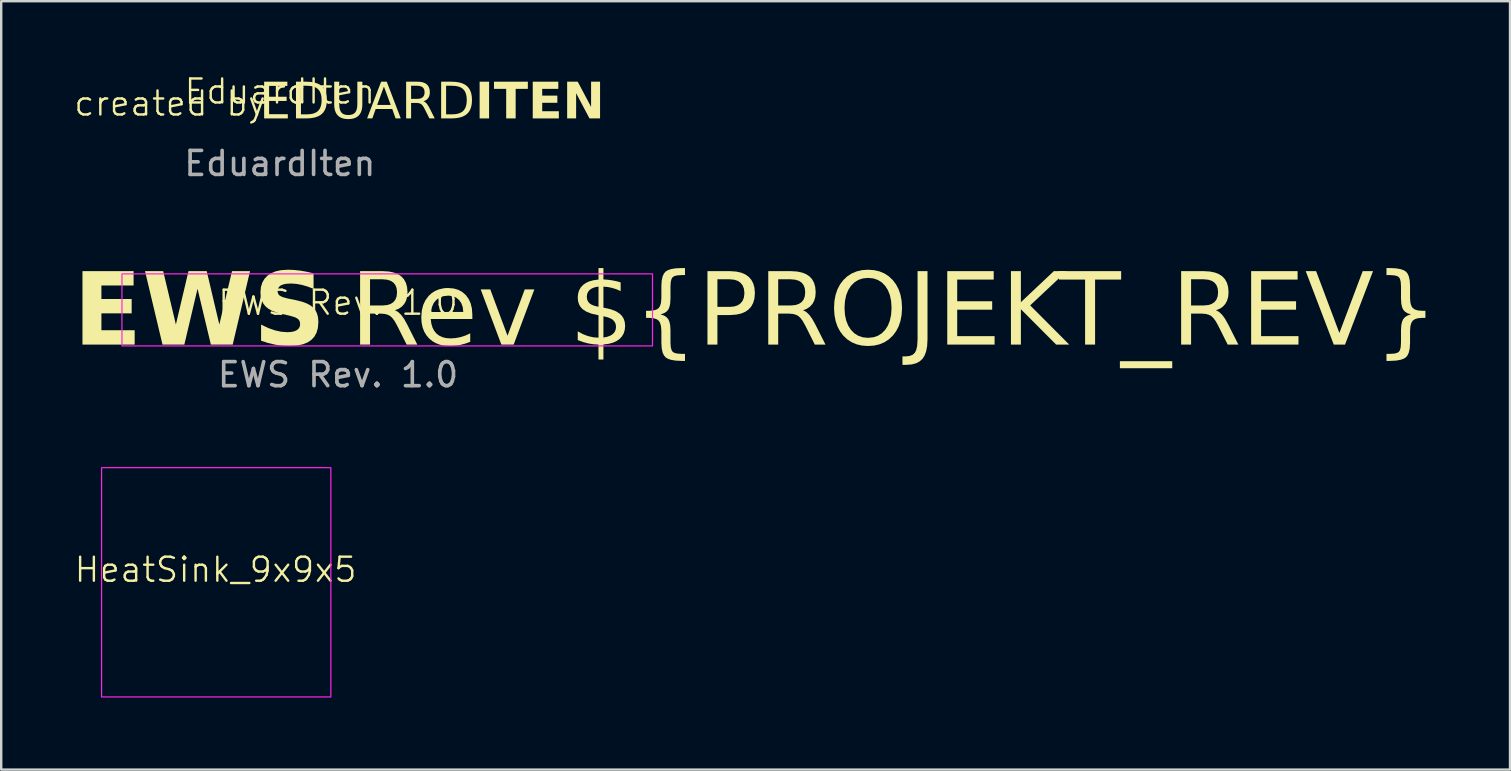
<source format=kicad_pcb>
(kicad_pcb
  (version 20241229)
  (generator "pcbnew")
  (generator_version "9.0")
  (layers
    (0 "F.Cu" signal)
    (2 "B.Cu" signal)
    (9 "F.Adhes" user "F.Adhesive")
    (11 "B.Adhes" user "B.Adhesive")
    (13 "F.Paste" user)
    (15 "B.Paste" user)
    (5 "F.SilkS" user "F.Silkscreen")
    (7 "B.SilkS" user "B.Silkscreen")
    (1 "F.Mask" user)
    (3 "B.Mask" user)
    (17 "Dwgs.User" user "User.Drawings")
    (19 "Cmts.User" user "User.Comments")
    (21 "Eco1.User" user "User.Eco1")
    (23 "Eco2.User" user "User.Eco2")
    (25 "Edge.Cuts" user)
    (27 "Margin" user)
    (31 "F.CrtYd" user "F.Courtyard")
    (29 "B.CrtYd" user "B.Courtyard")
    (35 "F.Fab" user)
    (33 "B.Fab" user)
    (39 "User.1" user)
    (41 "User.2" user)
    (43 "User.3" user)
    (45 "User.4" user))
  (footprint "HeatSink_9x9x5"
    (layer "F.Cu")
    (at 5.931 21.182)
    (property "Reference" "HeatSink_9x9x5" (at 0 -0.5 0) (unlocked yes) (layer "F.SilkS") (effects (font (size 1 1) (thickness 0.1))))
    (fp_rect (start -4.6 -4.6) (end 4.6 4.6) (stroke (width 0.1) (type solid)) (fill yes) (layer "F.Mask"))
    (fp_rect (start -4.75 -4.75) (end 4.8 4.8) (stroke (width 0.05) (type default)) (fill no) (layer "F.CrtYd")))
  (footprint "EWS Rev. 1.0"
    (layer "F.Cu")
    (at 11.03 10.059)
    (property "Reference" "EWS Rev. 1.0" (at 0 -0.5 0) (unlocked yes) (layer "F.SilkS") (effects (font (size 1 1) (thickness 0.1))))
    (fp_rect (start -9 -1.7) (end 13.1 1.3) (stroke (width 0.05) (type default)) (fill no) (layer "F.CrtYd"))
    (fp_text user "EWS" (at -0.508 0 0) (unlocked yes) (layer "F.SilkS") (effects (font (face "Exo 2 Semi Bold") (size 3 3) (thickness 0.1)) (justify right)))
    (fp_text user "Rev ${PROJEKT_REV}" (at 0.508 0 0) (unlocked yes) (layer "F.SilkS") (effects (font (face "Exo 2 Light") (size 3 3) (thickness 0.1)) (justify left)))
    (fp_text user "${REFERENCE}" (at 0 2.5 0) (unlocked yes) (layer "F.Fab") (effects (font (size 1 1) (thickness 0.15)))))
  (footprint "EduardIten"
    (layer "F.Cu")
    (at 8.608 1.26)
    (property "Reference" "EduardIten" (at 0 -0.5 0) (unlocked yes) (layer "F.SilkS") (effects (font (size 1 1) (thickness 0.1))))
    (fp_text user "ITEN" (at 8.128 0 0) (unlocked yes) (layer "F.SilkS") (effects (font (face "Exo 2 Semi Bold") (size 1.5 1.5) (thickness 0.1)) (justify left)))
    (fp_text user "created by" (at -0.508 0 0) (unlocked yes) (layer "F.SilkS") (effects (font (size 1 1) (thickness 0.1)) (justify right)))
    (fp_text user "EDUARD" (at 8.128 0 0) (unlocked yes) (layer "F.SilkS") (effects (font (face "Exo 2 Light") (size 1.5 1.5) (thickness 0.15)) (justify right)))
    (fp_text user "${REFERENCE}" (at 0 2.5 0) (unlocked yes) (layer "F.Fab") (effects (font (size 1 1) (thickness 0.15)))))
  (gr_rect
    (start -3 -3)
    (end 59.85 29.007)
    (stroke (width 0.1) (type default))
    (fill no)
    (layer "Edge.Cuts")))
</source>
